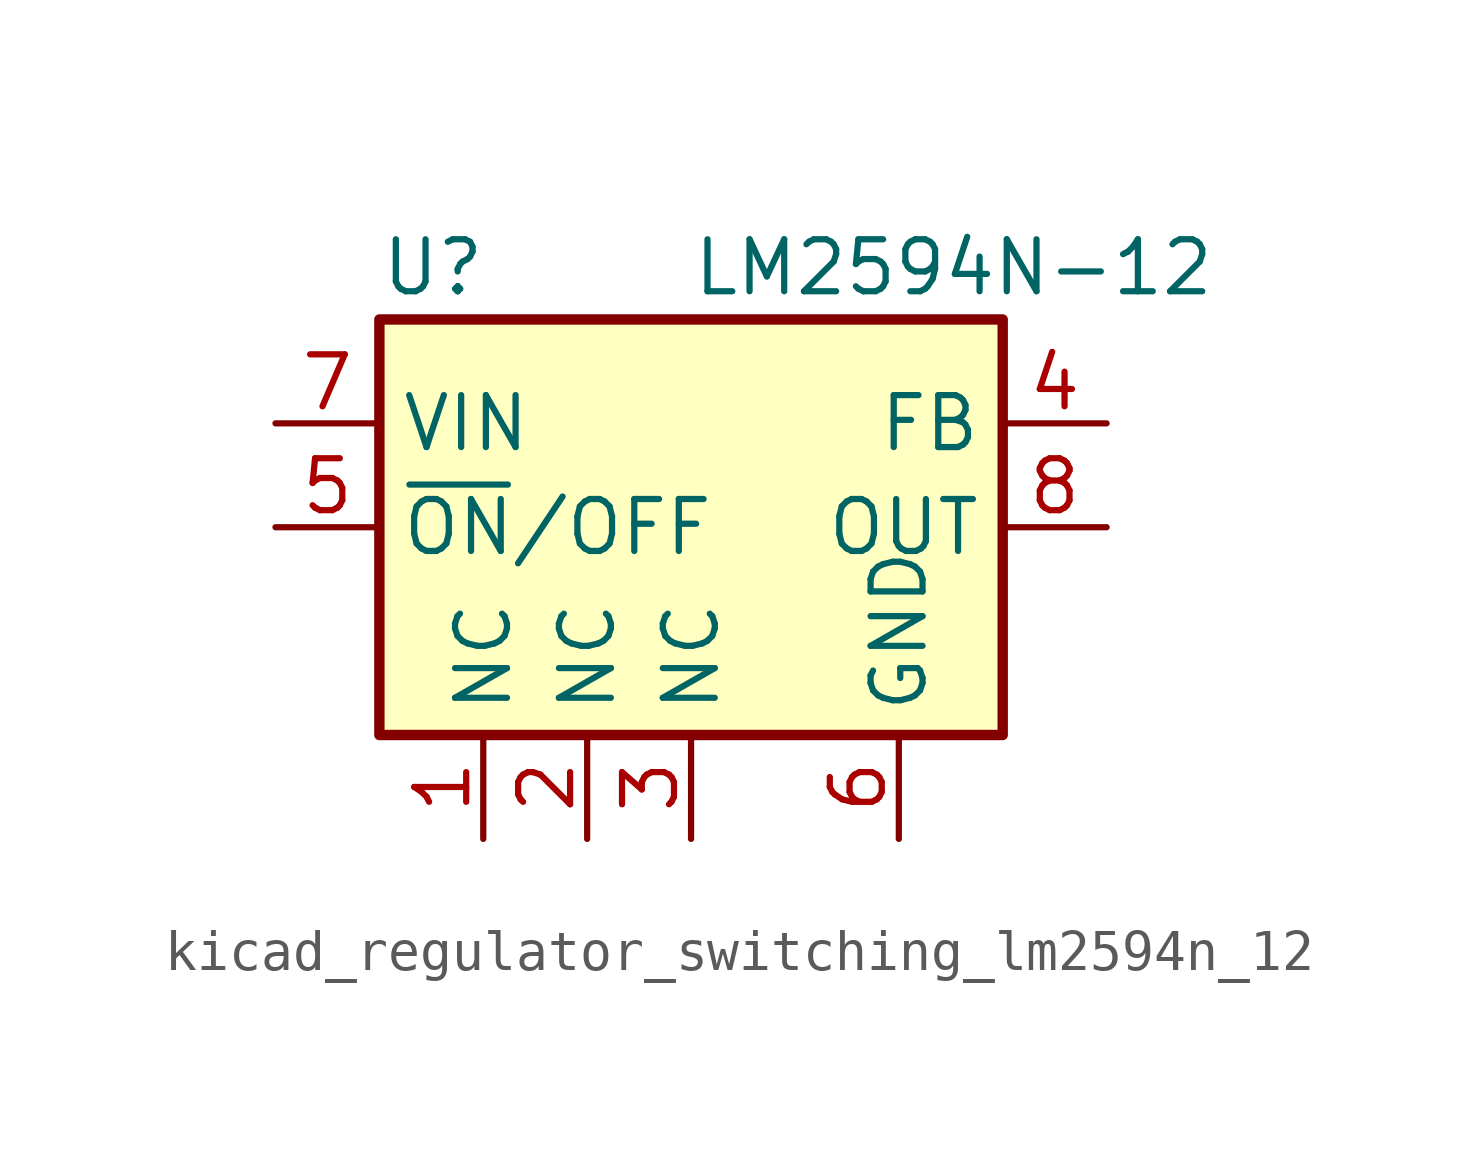
<source format=kicad_sym>
(kicad_symbol_lib
  (version 20220914)
  (generator kicad_symbol_editor)
  (symbol "kicad_regulator_switching_lm2594n_12"
    (property "Reference" "U"
      (at -7.62 6.35 0)
      (effects (font (size 1.27 1.27)) (justify left)))
    (property "Value" "LM2594N-12"
      (at 0 6.35 0)
      (effects (font (size 1.27 1.27)) (justify left)))
    (symbol "kicad_regulator_switching_lm2594n_12_0_1"
      (rectangle (start -7.62 5.08) (end 7.62 -5.08) (stroke (width 0.254) (type default)) (fill (type background))))
    (symbol "kicad_regulator_switching_lm2594n_12_1_1"
      (pin passive line (at -5.08 -7.62 90) (length 2.54) (name "NC" (effects (font (size 1.27 1.27)))) (number "1" (effects (font (size 1.27 1.27)))))
      (pin passive line (at -2.54 -7.62 90) (length 2.54) (name "NC" (effects (font (size 1.27 1.27)))) (number "2" (effects (font (size 1.27 1.27)))))
      (pin passive line (at 0 -7.62 90) (length 2.54) (name "NC" (effects (font (size 1.27 1.27)))) (number "3" (effects (font (size 1.27 1.27)))))
      (pin input line (at 10.16 2.54 180) (length 2.54) (name "FB" (effects (font (size 1.27 1.27)))) (number "4" (effects (font (size 1.27 1.27)))))
      (pin input line (at -10.16 0 0) (length 2.54) (name "~{ON}/OFF" (effects (font (size 1.27 1.27)))) (number "5" (effects (font (size 1.27 1.27)))))
      (pin power_in line (at 5.08 -7.62 90) (length 2.54) (name "GND" (effects (font (size 1.27 1.27)))) (number "6" (effects (font (size 1.27 1.27)))))
      (pin power_in line (at -10.16 2.54 0) (length 2.54) (name "VIN" (effects (font (size 1.27 1.27)))) (number "7" (effects (font (size 1.27 1.27)))))
      (pin output line (at 10.16 0 180) (length 2.54) (name "OUT" (effects (font (size 1.27 1.27)))) (number "8" (effects (font (size 1.27 1.27))))))))
</source>
